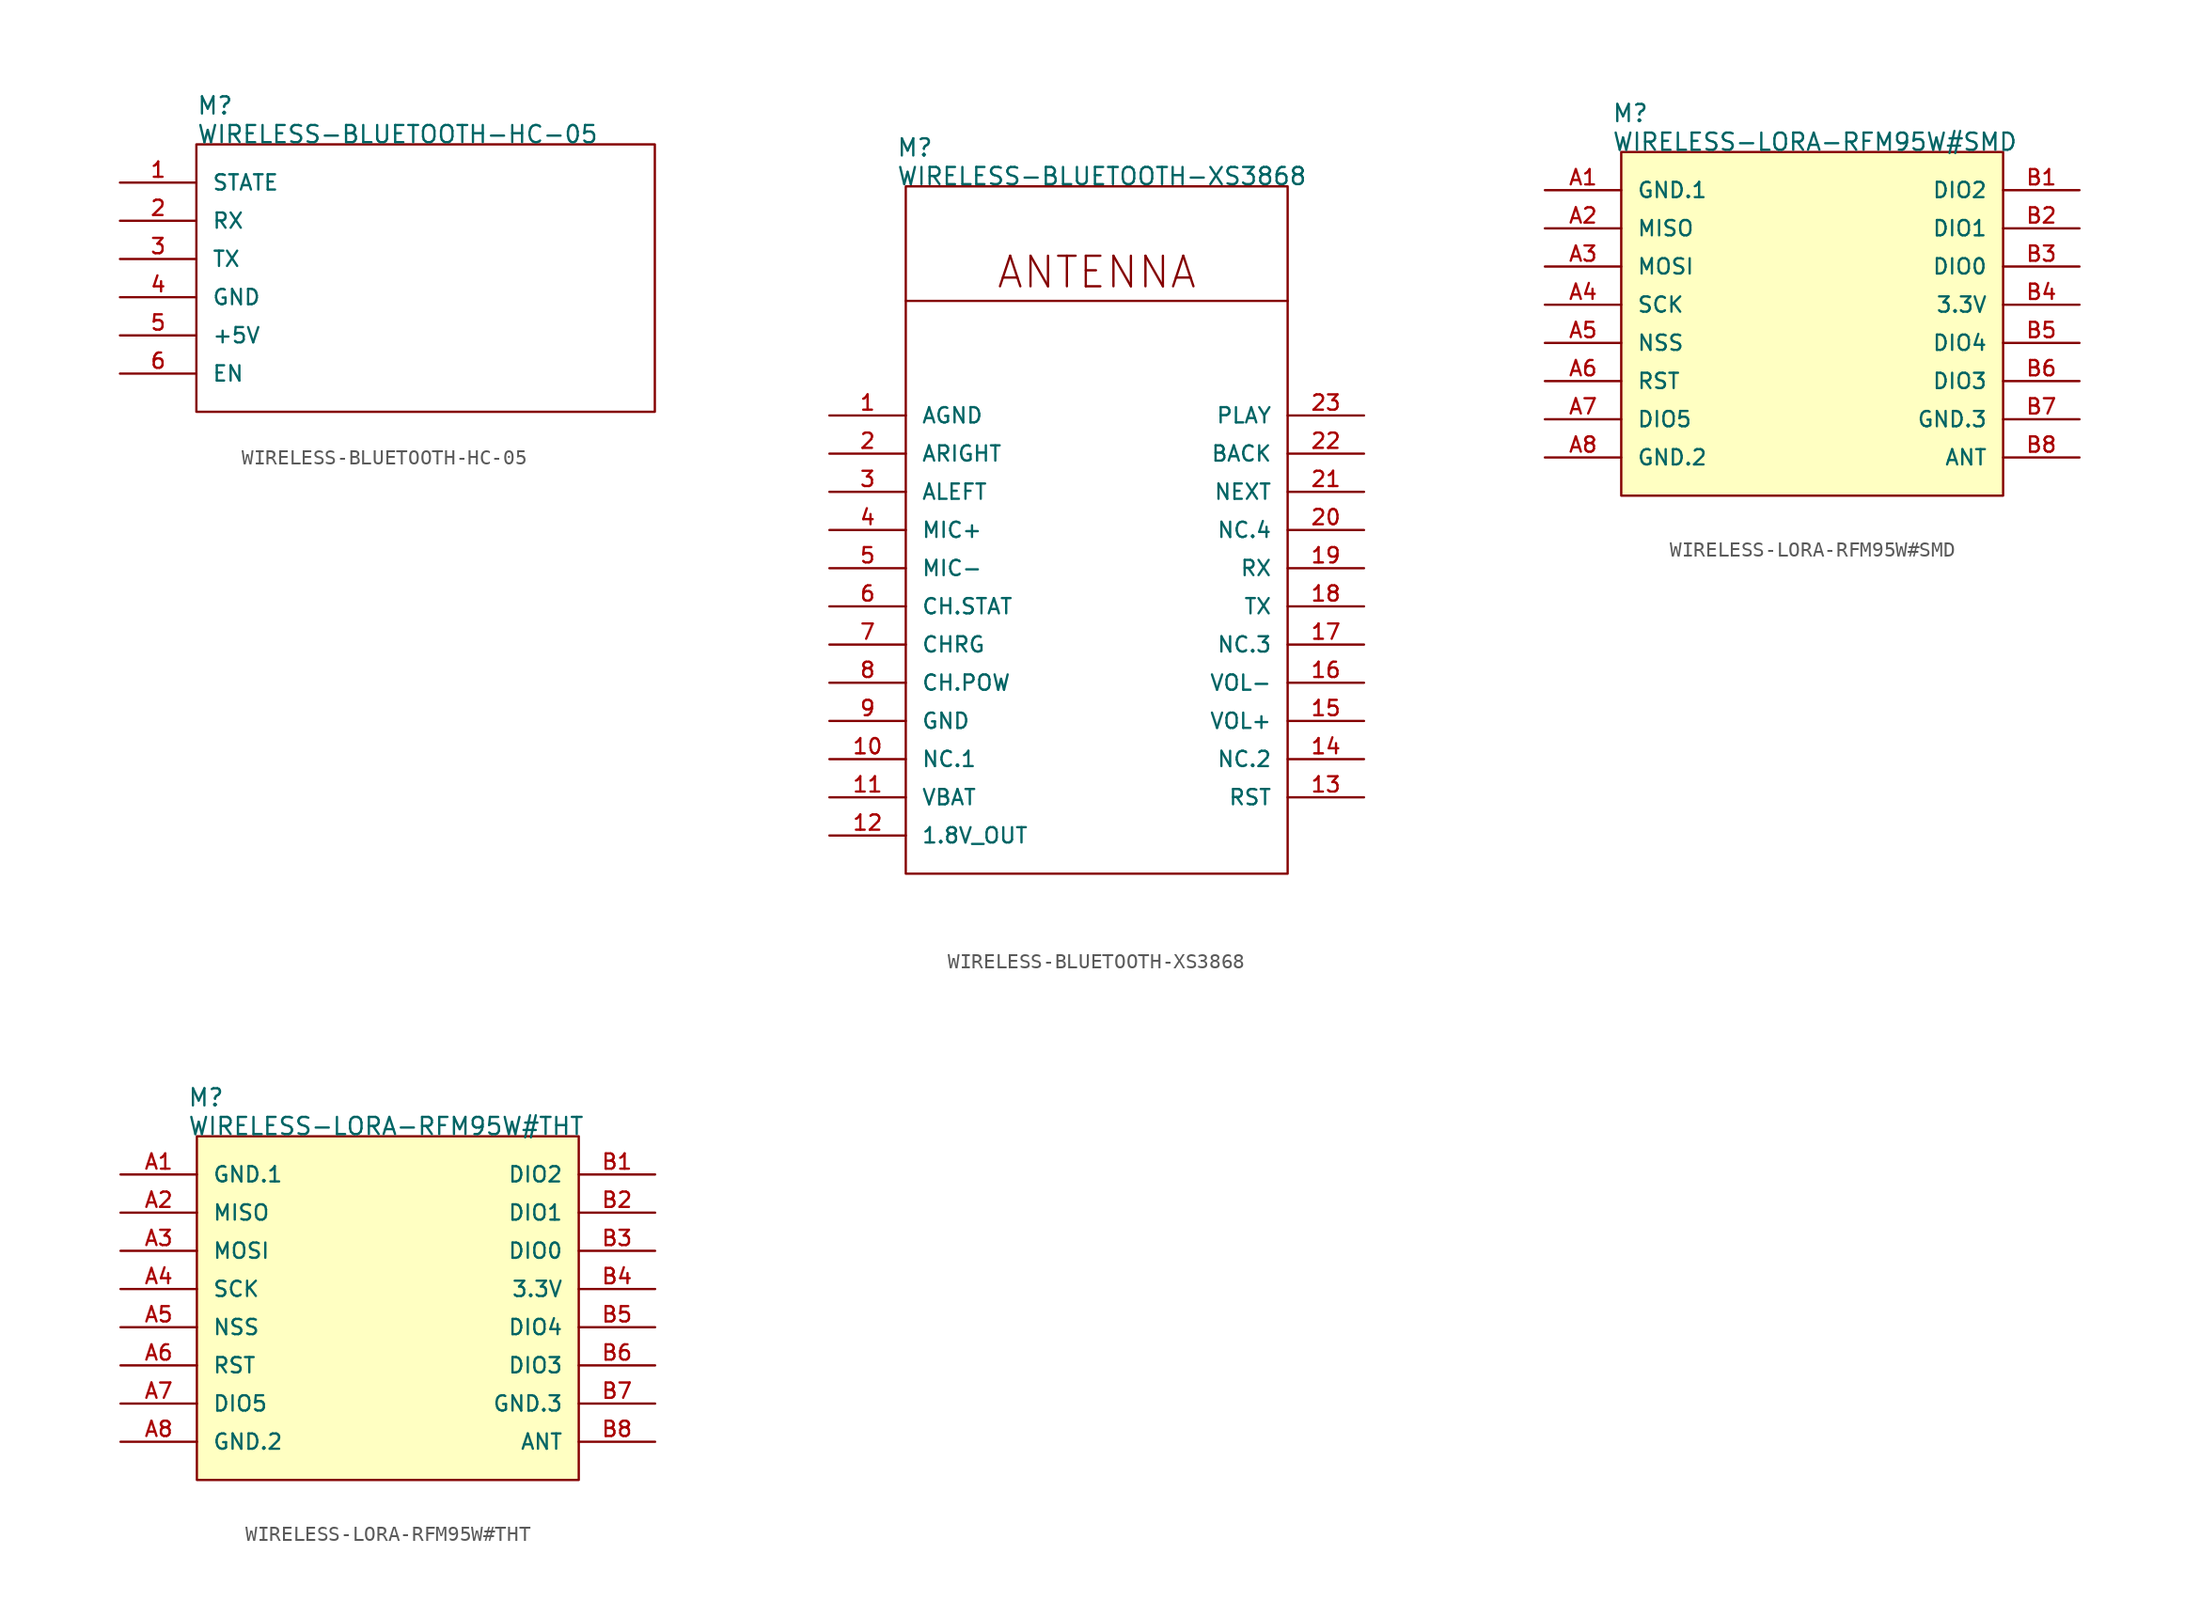
<source format=kicad_sym>
(kicad_symbol_lib
  (version 20211014)
  (generator kicad_symbol_editor)
  (symbol "WIRELESS-BLUETOOTH-HC-05"
    (pin_names
      (offset 1.016))
    (property "Reference" "M"
      (at -15.24 9.525 0)
      (effects (font (size 1.143 1.143)) (justify left bottom)))
    (property "Value" "WIRELESS-BLUETOOTH-HC-05"
      (at -15.24 7.62 0)
      (effects (font (size 1.143 1.143)) (justify left bottom)))
    (property "ki_locked" ""
      (at 0 0 0)
      (effects (font (size 1.27 1.27))))
    (symbol "WIRELESS-BLUETOOTH-HC-05_1_1"
      (rectangle (start -15.24 7.62) (end 15.24 -10.16) (stroke (width 0) (type default) (color 0 0 0 0)) (fill (type none)))
      (pin bidirectional line (at -20.32 5.08 0) (length 5.08) (name "STATE" (effects (font (size 1.016 1.016)))) (number "1" (effects (font (size 1.016 1.016)))))
      (pin bidirectional line (at -20.32 2.54 0) (length 5.08) (name "RX" (effects (font (size 1.016 1.016)))) (number "2" (effects (font (size 1.016 1.016)))))
      (pin bidirectional line (at -20.32 0 0) (length 5.08) (name "TX" (effects (font (size 1.016 1.016)))) (number "3" (effects (font (size 1.016 1.016)))))
      (pin power_in line (at -20.32 -2.54 0) (length 5.08) (name "GND" (effects (font (size 1.016 1.016)))) (number "4" (effects (font (size 1.016 1.016)))))
      (pin power_in line (at -20.32 -5.08 0) (length 5.08) (name "+5V" (effects (font (size 1.016 1.016)))) (number "5" (effects (font (size 1.016 1.016)))))
      (pin bidirectional line (at -20.32 -7.62 0) (length 5.08) (name "EN" (effects (font (size 1.016 1.016)))) (number "6" (effects (font (size 1.016 1.016)))))))
  (symbol "WIRELESS-BLUETOOTH-XS3868"
    (pin_names
      (offset 1.016))
    (property "Reference" "M"
      (at -13.335 24.765 0)
      (effects (font (size 1.143 1.143)) (justify left bottom)))
    (property "Value" "WIRELESS-BLUETOOTH-XS3868"
      (at -13.335 22.86 0)
      (effects (font (size 1.143 1.143)) (justify left bottom)))
    (property "ki_locked" ""
      (at 0 0 0)
      (effects (font (size 1.27 1.27))))
    (symbol "WIRELESS-BLUETOOTH-XS3868_1_0"
      (polyline (pts (xy -12.7 15.24) (xy 12.7 15.24)) (stroke (width 0) (type default) (color 0 0 0 0)) (fill (type none)))
      (text "ANTENNA" (at 0 17.145 0) (effects (font (size 2.032 2.032)))))
    (symbol "WIRELESS-BLUETOOTH-XS3868_1_1"
      (rectangle (start -12.7 -22.86) (end 12.7 22.86) (stroke (width 0) (type default) (color 0 0 0 0)) (fill (type none)))
      (pin power_in line (at -17.78 7.62 0) (length 5.08) (name "AGND" (effects (font (size 1.016 1.016)))) (number "1" (effects (font (size 1.016 1.016)))))
      (pin passive line (at -17.78 -15.24 0) (length 5.08) (name "NC.1" (effects (font (size 1.016 1.016)))) (number "10" (effects (font (size 1.016 1.016)))))
      (pin power_in line (at -17.78 -17.78 0) (length 5.08) (name "VBAT" (effects (font (size 1.016 1.016)))) (number "11" (effects (font (size 1.016 1.016)))))
      (pin power_in line (at -17.78 -20.32 0) (length 5.08) (name "1.8V_OUT" (effects (font (size 1.016 1.016)))) (number "12" (effects (font (size 1.016 1.016)))))
      (pin power_in line (at 17.78 -17.78 180) (length 5.08) (name "RST" (effects (font (size 1.016 1.016)))) (number "13" (effects (font (size 1.016 1.016)))))
      (pin passive line (at 17.78 -15.24 180) (length 5.08) (name "NC.2" (effects (font (size 1.016 1.016)))) (number "14" (effects (font (size 1.016 1.016)))))
      (pin bidirectional line (at 17.78 -12.7 180) (length 5.08) (name "VOL+" (effects (font (size 1.016 1.016)))) (number "15" (effects (font (size 1.016 1.016)))))
      (pin bidirectional line (at 17.78 -10.16 180) (length 5.08) (name "VOL-" (effects (font (size 1.016 1.016)))) (number "16" (effects (font (size 1.016 1.016)))))
      (pin passive line (at 17.78 -7.62 180) (length 5.08) (name "NC.3" (effects (font (size 1.016 1.016)))) (number "17" (effects (font (size 1.016 1.016)))))
      (pin bidirectional line (at 17.78 -5.08 180) (length 5.08) (name "TX" (effects (font (size 1.016 1.016)))) (number "18" (effects (font (size 1.016 1.016)))))
      (pin bidirectional line (at 17.78 -2.54 180) (length 5.08) (name "RX" (effects (font (size 1.016 1.016)))) (number "19" (effects (font (size 1.016 1.016)))))
      (pin output line (at -17.78 5.08 0) (length 5.08) (name "ARIGHT" (effects (font (size 1.016 1.016)))) (number "2" (effects (font (size 1.016 1.016)))))
      (pin passive line (at 17.78 0 180) (length 5.08) (name "NC.4" (effects (font (size 1.016 1.016)))) (number "20" (effects (font (size 1.016 1.016)))))
      (pin bidirectional line (at 17.78 2.54 180) (length 5.08) (name "NEXT" (effects (font (size 1.016 1.016)))) (number "21" (effects (font (size 1.016 1.016)))))
      (pin bidirectional line (at 17.78 5.08 180) (length 5.08) (name "BACK" (effects (font (size 1.016 1.016)))) (number "22" (effects (font (size 1.016 1.016)))))
      (pin bidirectional line (at 17.78 7.62 180) (length 5.08) (name "PLAY" (effects (font (size 1.016 1.016)))) (number "23" (effects (font (size 1.016 1.016)))))
      (pin output line (at -17.78 2.54 0) (length 5.08) (name "ALEFT" (effects (font (size 1.016 1.016)))) (number "3" (effects (font (size 1.016 1.016)))))
      (pin bidirectional line (at -17.78 0 0) (length 5.08) (name "MIC+" (effects (font (size 1.016 1.016)))) (number "4" (effects (font (size 1.016 1.016)))))
      (pin bidirectional line (at -17.78 -2.54 0) (length 5.08) (name "MIC-" (effects (font (size 1.016 1.016)))) (number "5" (effects (font (size 1.016 1.016)))))
      (pin bidirectional line (at -17.78 -5.08 0) (length 5.08) (name "CH.STAT" (effects (font (size 1.016 1.016)))) (number "6" (effects (font (size 1.016 1.016)))))
      (pin bidirectional line (at -17.78 -7.62 0) (length 5.08) (name "CHRG" (effects (font (size 1.016 1.016)))) (number "7" (effects (font (size 1.016 1.016)))))
      (pin bidirectional line (at -17.78 -10.16 0) (length 5.08) (name "CH.POW" (effects (font (size 1.016 1.016)))) (number "8" (effects (font (size 1.016 1.016)))))
      (pin power_in line (at -17.78 -12.7 0) (length 5.08) (name "GND" (effects (font (size 1.016 1.016)))) (number "9" (effects (font (size 1.016 1.016)))))))
  (symbol "WIRELESS-LORA-RFM95W#SMD"
    (pin_names
      (offset 1.016))
    (property "Reference" "M"
      (at -13.335 14.605 0)
      (effects (font (size 1.143 1.143)) (justify left bottom)))
    (property "Value" "WIRELESS-LORA-RFM95W#SMD"
      (at -13.335 12.7 0)
      (effects (font (size 1.143 1.143)) (justify left bottom)))
    (property "ki_locked" ""
      (at 0 0 0)
      (effects (font (size 1.27 1.27))))
    (symbol "WIRELESS-LORA-RFM95W#SMD_1_1"
      (rectangle (start 12.7 -10.16) (end -12.7 12.7) (stroke (width 0) (type default) (color 0 0 0 0)) (fill (type background)))
      (pin power_in line (at -17.78 10.16 0) (length 5.08) (name "GND.1" (effects (font (size 1.016 1.016)))) (number "A1" (effects (font (size 1.016 1.016)))))
      (pin bidirectional line (at -17.78 7.62 0) (length 5.08) (name "MISO" (effects (font (size 1.016 1.016)))) (number "A2" (effects (font (size 1.016 1.016)))))
      (pin bidirectional line (at -17.78 5.08 0) (length 5.08) (name "MOSI" (effects (font (size 1.016 1.016)))) (number "A3" (effects (font (size 1.016 1.016)))))
      (pin bidirectional line (at -17.78 2.54 0) (length 5.08) (name "SCK" (effects (font (size 1.016 1.016)))) (number "A4" (effects (font (size 1.016 1.016)))))
      (pin bidirectional line (at -17.78 0 0) (length 5.08) (name "NSS" (effects (font (size 1.016 1.016)))) (number "A5" (effects (font (size 1.016 1.016)))))
      (pin bidirectional line (at -17.78 -2.54 0) (length 5.08) (name "RST" (effects (font (size 1.016 1.016)))) (number "A6" (effects (font (size 1.016 1.016)))))
      (pin bidirectional line (at -17.78 -5.08 0) (length 5.08) (name "DIO5" (effects (font (size 1.016 1.016)))) (number "A7" (effects (font (size 1.016 1.016)))))
      (pin power_in line (at -17.78 -7.62 0) (length 5.08) (name "GND.2" (effects (font (size 1.016 1.016)))) (number "A8" (effects (font (size 1.016 1.016)))))
      (pin bidirectional line (at 17.78 10.16 180) (length 5.08) (name "DIO2" (effects (font (size 1.016 1.016)))) (number "B1" (effects (font (size 1.016 1.016)))))
      (pin bidirectional line (at 17.78 7.62 180) (length 5.08) (name "DIO1" (effects (font (size 1.016 1.016)))) (number "B2" (effects (font (size 1.016 1.016)))))
      (pin bidirectional line (at 17.78 5.08 180) (length 5.08) (name "DIO0" (effects (font (size 1.016 1.016)))) (number "B3" (effects (font (size 1.016 1.016)))))
      (pin power_in line (at 17.78 2.54 180) (length 5.08) (name "3.3V" (effects (font (size 1.016 1.016)))) (number "B4" (effects (font (size 1.016 1.016)))))
      (pin bidirectional line (at 17.78 0 180) (length 5.08) (name "DIO4" (effects (font (size 1.016 1.016)))) (number "B5" (effects (font (size 1.016 1.016)))))
      (pin bidirectional line (at 17.78 -2.54 180) (length 5.08) (name "DIO3" (effects (font (size 1.016 1.016)))) (number "B6" (effects (font (size 1.016 1.016)))))
      (pin power_in line (at 17.78 -5.08 180) (length 5.08) (name "GND.3" (effects (font (size 1.016 1.016)))) (number "B7" (effects (font (size 1.016 1.016)))))
      (pin passive line (at 17.78 -7.62 180) (length 5.08) (name "ANT" (effects (font (size 1.016 1.016)))) (number "B8" (effects (font (size 1.016 1.016)))))))
  (symbol "WIRELESS-LORA-RFM95W#THT"
    (pin_names
      (offset 1.016))
    (property "Reference" "M"
      (at -13.335 14.605 0)
      (effects (font (size 1.143 1.143)) (justify left bottom)))
    (property "Value" "WIRELESS-LORA-RFM95W#THT"
      (at -13.335 12.7 0)
      (effects (font (size 1.143 1.143)) (justify left bottom)))
    (property "ki_locked" ""
      (at 0 0 0)
      (effects (font (size 1.27 1.27))))
    (symbol "WIRELESS-LORA-RFM95W#THT_1_1"
      (rectangle (start -12.7 12.7) (end 12.7 -10.16) (stroke (width 0) (type default) (color 0 0 0 0)) (fill (type background)))
      (pin power_in line (at -17.78 10.16 0) (length 5.08) (name "GND.1" (effects (font (size 1.016 1.016)))) (number "A1" (effects (font (size 1.016 1.016)))))
      (pin bidirectional line (at -17.78 7.62 0) (length 5.08) (name "MISO" (effects (font (size 1.016 1.016)))) (number "A2" (effects (font (size 1.016 1.016)))))
      (pin bidirectional line (at -17.78 5.08 0) (length 5.08) (name "MOSI" (effects (font (size 1.016 1.016)))) (number "A3" (effects (font (size 1.016 1.016)))))
      (pin bidirectional line (at -17.78 2.54 0) (length 5.08) (name "SCK" (effects (font (size 1.016 1.016)))) (number "A4" (effects (font (size 1.016 1.016)))))
      (pin bidirectional line (at -17.78 0 0) (length 5.08) (name "NSS" (effects (font (size 1.016 1.016)))) (number "A5" (effects (font (size 1.016 1.016)))))
      (pin bidirectional line (at -17.78 -2.54 0) (length 5.08) (name "RST" (effects (font (size 1.016 1.016)))) (number "A6" (effects (font (size 1.016 1.016)))))
      (pin bidirectional line (at -17.78 -5.08 0) (length 5.08) (name "DIO5" (effects (font (size 1.016 1.016)))) (number "A7" (effects (font (size 1.016 1.016)))))
      (pin power_in line (at -17.78 -7.62 0) (length 5.08) (name "GND.2" (effects (font (size 1.016 1.016)))) (number "A8" (effects (font (size 1.016 1.016)))))
      (pin bidirectional line (at 17.78 10.16 180) (length 5.08) (name "DIO2" (effects (font (size 1.016 1.016)))) (number "B1" (effects (font (size 1.016 1.016)))))
      (pin bidirectional line (at 17.78 7.62 180) (length 5.08) (name "DIO1" (effects (font (size 1.016 1.016)))) (number "B2" (effects (font (size 1.016 1.016)))))
      (pin bidirectional line (at 17.78 5.08 180) (length 5.08) (name "DIO0" (effects (font (size 1.016 1.016)))) (number "B3" (effects (font (size 1.016 1.016)))))
      (pin power_in line (at 17.78 2.54 180) (length 5.08) (name "3.3V" (effects (font (size 1.016 1.016)))) (number "B4" (effects (font (size 1.016 1.016)))))
      (pin bidirectional line (at 17.78 0 180) (length 5.08) (name "DIO4" (effects (font (size 1.016 1.016)))) (number "B5" (effects (font (size 1.016 1.016)))))
      (pin bidirectional line (at 17.78 -2.54 180) (length 5.08) (name "DIO3" (effects (font (size 1.016 1.016)))) (number "B6" (effects (font (size 1.016 1.016)))))
      (pin power_in line (at 17.78 -5.08 180) (length 5.08) (name "GND.3" (effects (font (size 1.016 1.016)))) (number "B7" (effects (font (size 1.016 1.016)))))
      (pin passive line (at 17.78 -7.62 180) (length 5.08) (name "ANT" (effects (font (size 1.016 1.016)))) (number "B8" (effects (font (size 1.016 1.016))))))))
</source>
